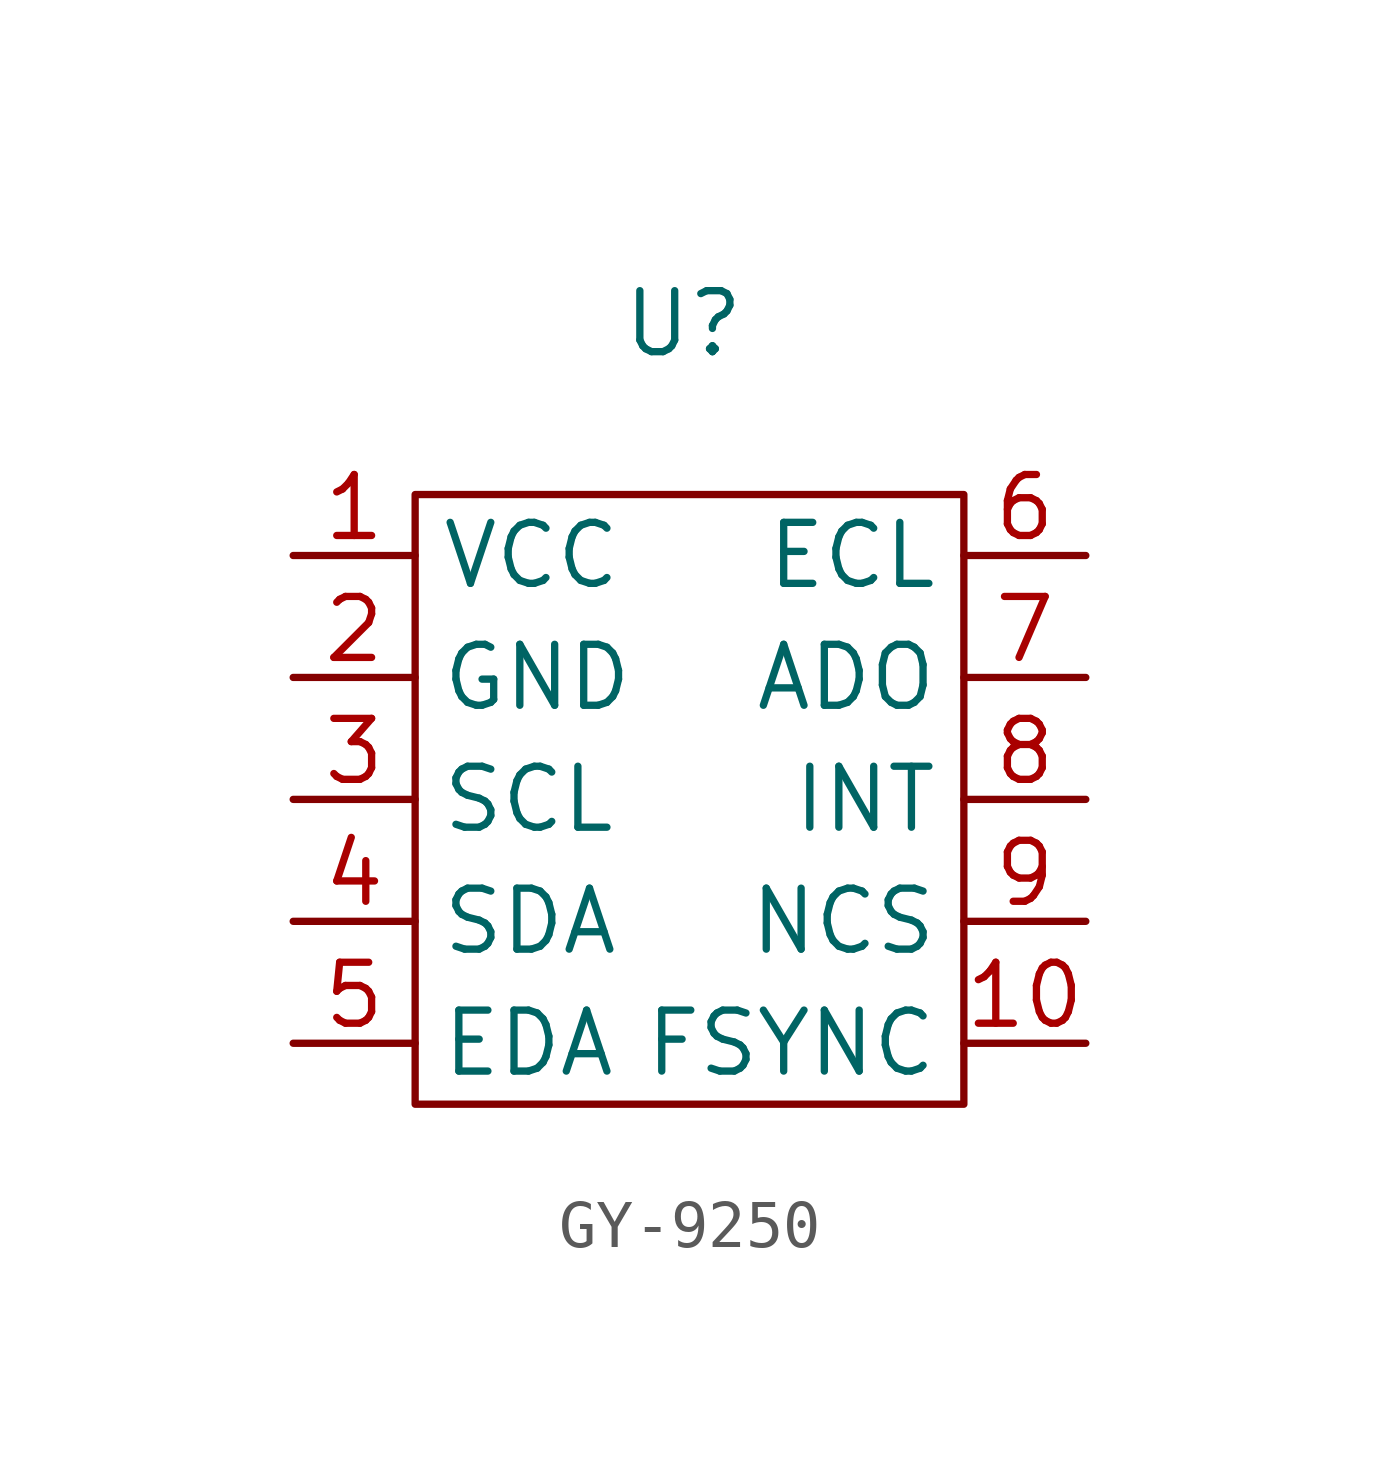
<source format=kicad_sym>
(kicad_symbol_lib
  (version 20231120)
  (generator "kicad_symbol_editor")
  (generator_version "8.0")
  (symbol "GY-9250"
    (property "Reference" "U "
      (at 0.508 6.096 0)
      (effects (font (size 1.27 1.27))))
    (property "Value" ""
      (at 0 3.048 0)
      (effects (font (size 1.27 1.27))))
    (symbol "GY-9250_0_1"
      (rectangle (start -5.08 2.54) (end 6.35 -10.16) (stroke (width 0) (type default)) (fill (type none))))
    (symbol "GY-9250_1_1"
      (pin power_in line (at -7.62 1.27 0) (length 2.54) (name "VCC" (effects (font (size 1.27 1.27)))) (number "1" (effects (font (size 1.27 1.27)))))
      (pin input line (at 8.89 -8.89 180) (length 2.54) (name "FSYNC" (effects (font (size 1.27 1.27)))) (number "10" (effects (font (size 1.27 1.27)))))
      (pin power_in line (at -7.62 -1.27 0) (length 2.54) (name "GND" (effects (font (size 1.27 1.27)))) (number "2" (effects (font (size 1.27 1.27)))))
      (pin input line (at -7.62 -3.81 0) (length 2.54) (name "SCL" (effects (font (size 1.27 1.27)))) (number "3" (effects (font (size 1.27 1.27)))))
      (pin bidirectional line (at -7.62 -6.35 0) (length 2.54) (name "SDA" (effects (font (size 1.27 1.27)))) (number "4" (effects (font (size 1.27 1.27)))))
      (pin bidirectional line (at -7.62 -8.89 0) (length 2.54) (name "EDA" (effects (font (size 1.27 1.27)))) (number "5" (effects (font (size 1.27 1.27)))))
      (pin output line (at 8.89 1.27 180) (length 2.54) (name "ECL" (effects (font (size 1.27 1.27)))) (number "6" (effects (font (size 1.27 1.27)))))
      (pin bidirectional line (at 8.89 -1.27 180) (length 2.54) (name "ADO" (effects (font (size 1.27 1.27)))) (number "7" (effects (font (size 1.27 1.27)))))
      (pin unspecified line (at 8.89 -3.81 180) (length 2.54) (name "INT" (effects (font (size 1.27 1.27)))) (number "8" (effects (font (size 1.27 1.27)))))
      (pin input line (at 8.89 -6.35 180) (length 2.54) (name "NCS" (effects (font (size 1.27 1.27)))) (number "9" (effects (font (size 1.27 1.27))))))))
</source>
